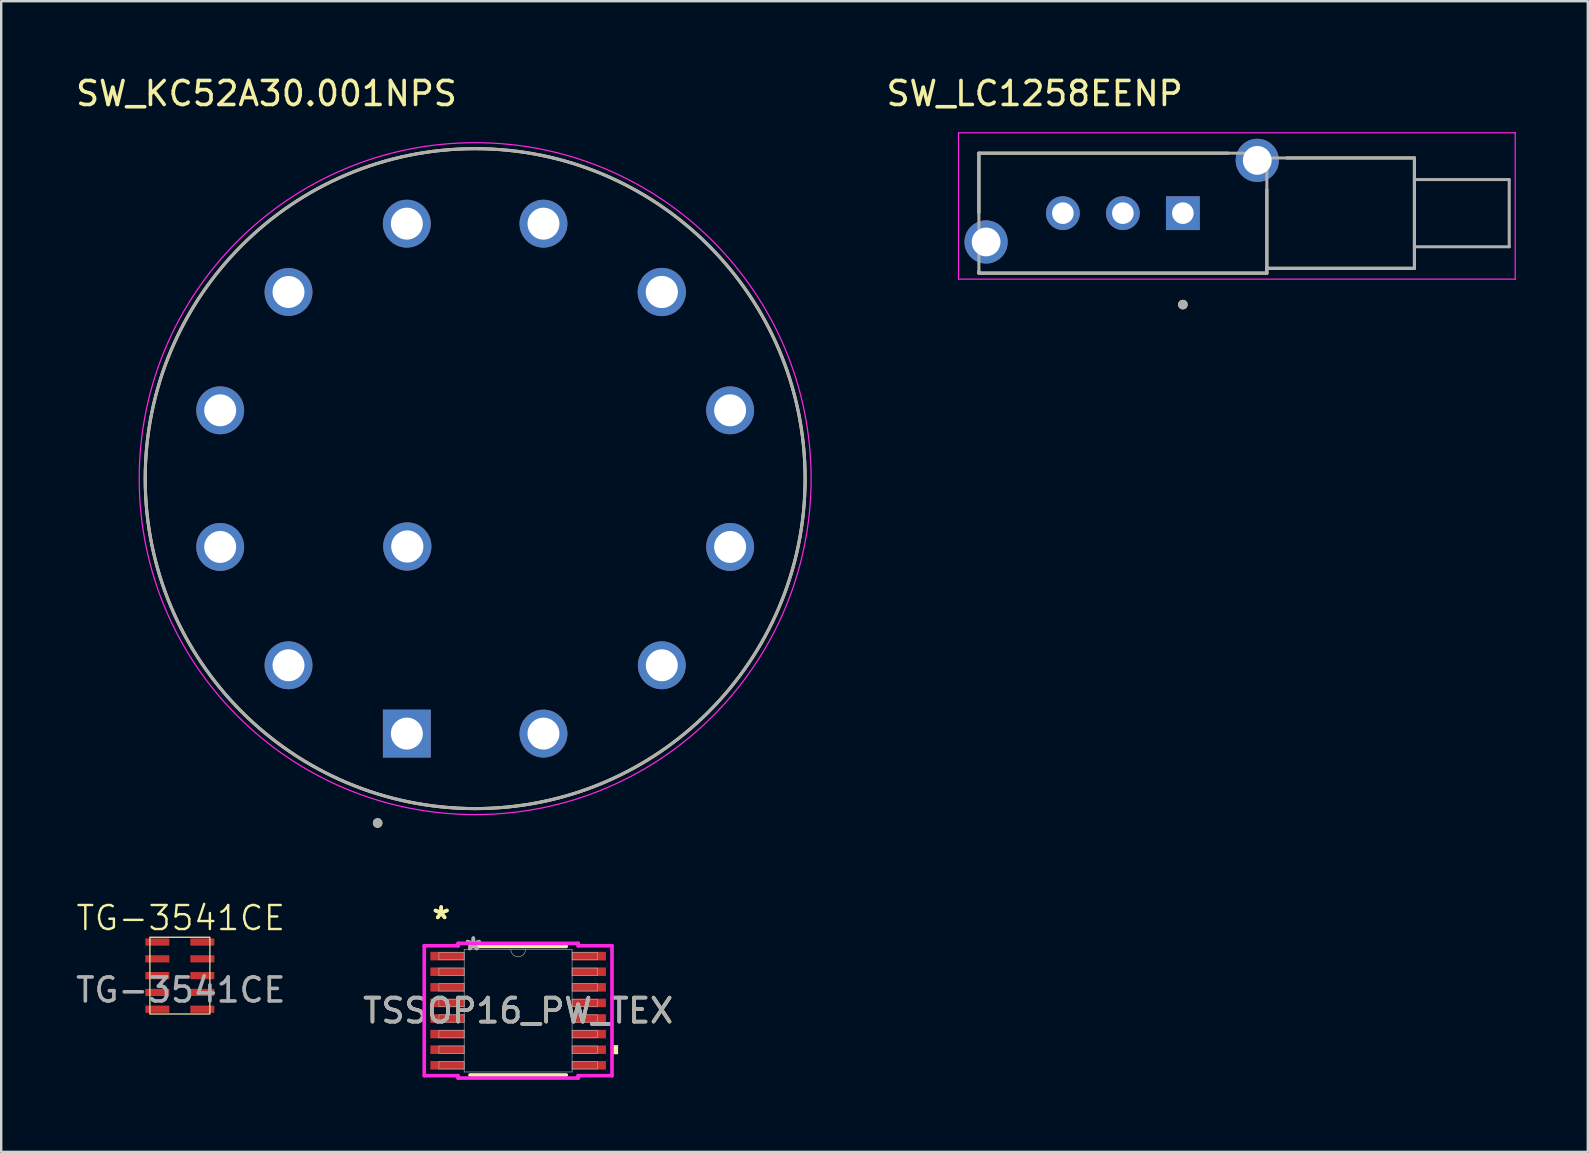
<source format=kicad_pcb>
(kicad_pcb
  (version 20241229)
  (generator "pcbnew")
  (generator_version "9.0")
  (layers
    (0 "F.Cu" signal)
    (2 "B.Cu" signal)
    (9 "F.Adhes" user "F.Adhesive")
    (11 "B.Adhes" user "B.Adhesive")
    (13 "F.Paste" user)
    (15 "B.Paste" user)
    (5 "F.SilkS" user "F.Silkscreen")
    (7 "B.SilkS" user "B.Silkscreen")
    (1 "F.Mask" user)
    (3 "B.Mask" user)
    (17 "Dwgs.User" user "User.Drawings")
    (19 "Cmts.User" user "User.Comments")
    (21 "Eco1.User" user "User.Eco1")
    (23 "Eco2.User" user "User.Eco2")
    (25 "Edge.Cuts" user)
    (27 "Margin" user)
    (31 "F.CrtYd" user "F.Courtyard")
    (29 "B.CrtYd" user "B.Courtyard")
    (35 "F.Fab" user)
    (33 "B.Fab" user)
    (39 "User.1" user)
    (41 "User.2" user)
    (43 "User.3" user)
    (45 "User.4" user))
  (footprint "TSSOP16_PW_TEX"
    (layer "F.Cu")
    (at 18.542 39.069)
    (property "Reference" "TSSOP16_PW_TEX" (at 0 0 0) (unlocked yes) (layer "F.SilkS") (effects (font (size 1 1) (thickness 0.15))))
    (attr smd)
    (fp_line (start -2.005 2.68) (end 2.005 2.68) (stroke (width 0.152) (type solid)) (layer "F.SilkS"))
    (fp_line (start 2.005 -2.68) (end -2.005 -2.68) (stroke (width 0.152) (type solid)) (layer "F.SilkS"))
    (fp_poly (pts (xy 4.166 1.434) (xy 4.166 1.815) (xy 3.912 1.815) (xy 3.912 1.434)) (stroke (width 0) (type solid)) (fill yes) (layer "F.SilkS"))
    (fp_line (start -3.912 -2.707) (end -2.502 -2.707) (stroke (width 0.152) (type solid)) (layer "F.CrtYd"))
    (fp_line (start -3.912 2.707) (end -3.912 -2.707) (stroke (width 0.152) (type solid)) (layer "F.CrtYd"))
    (fp_line (start -3.912 2.707) (end -2.502 2.707) (stroke (width 0.152) (type solid)) (layer "F.CrtYd"))
    (fp_line (start -2.502 -2.807) (end 2.502 -2.807) (stroke (width 0.152) (type solid)) (layer "F.CrtYd"))
    (fp_line (start -2.502 -2.707) (end -2.502 -2.807) (stroke (width 0.152) (type solid)) (layer "F.CrtYd"))
    (fp_line (start -2.502 2.807) (end -2.502 2.707) (stroke (width 0.152) (type solid)) (layer "F.CrtYd"))
    (fp_line (start 2.502 -2.807) (end 2.502 -2.707) (stroke (width 0.152) (type solid)) (layer "F.CrtYd"))
    (fp_line (start 2.502 2.707) (end 2.502 2.807) (stroke (width 0.152) (type solid)) (layer "F.CrtYd"))
    (fp_line (start 2.502 2.807) (end -2.502 2.807) (stroke (width 0.152) (type solid)) (layer "F.CrtYd"))
    (fp_line (start 3.912 -2.707) (end 2.502 -2.707) (stroke (width 0.152) (type solid)) (layer "F.CrtYd"))
    (fp_line (start 3.912 -2.707) (end 3.912 2.707) (stroke (width 0.152) (type solid)) (layer "F.CrtYd"))
    (fp_line (start 3.912 2.707) (end 2.502 2.707) (stroke (width 0.152) (type solid)) (layer "F.CrtYd"))
    (fp_line (start -3.302 -2.427) (end -3.302 -2.123) (stroke (width 0.025) (type solid)) (layer "F.Fab"))
    (fp_line (start -3.302 -2.123) (end -2.248 -2.123) (stroke (width 0.025) (type solid)) (layer "F.Fab"))
    (fp_line (start -3.302 -1.777) (end -3.302 -1.473) (stroke (width 0.025) (type solid)) (layer "F.Fab"))
    (fp_line (start -3.302 -1.473) (end -2.248 -1.473) (stroke (width 0.025) (type solid)) (layer "F.Fab"))
    (fp_line (start -3.302 -1.127) (end -3.302 -0.823) (stroke (width 0.025) (type solid)) (layer "F.Fab"))
    (fp_line (start -3.302 -0.823) (end -2.248 -0.823) (stroke (width 0.025) (type solid)) (layer "F.Fab"))
    (fp_line (start -3.302 -0.477) (end -3.302 -0.173) (stroke (width 0.025) (type solid)) (layer "F.Fab"))
    (fp_line (start -3.302 -0.173) (end -2.248 -0.173) (stroke (width 0.025) (type solid)) (layer "F.Fab"))
    (fp_line (start -3.302 0.173) (end -3.302 0.477) (stroke (width 0.025) (type solid)) (layer "F.Fab"))
    (fp_line (start -3.302 0.477) (end -2.248 0.477) (stroke (width 0.025) (type solid)) (layer "F.Fab"))
    (fp_line (start -3.302 0.823) (end -3.302 1.127) (stroke (width 0.025) (type solid)) (layer "F.Fab"))
    (fp_line (start -3.302 1.127) (end -2.248 1.127) (stroke (width 0.025) (type solid)) (layer "F.Fab"))
    (fp_line (start -3.302 1.473) (end -3.302 1.777) (stroke (width 0.025) (type solid)) (layer "F.Fab"))
    (fp_line (start -3.302 1.777) (end -2.248 1.777) (stroke (width 0.025) (type solid)) (layer "F.Fab"))
    (fp_line (start -3.302 2.123) (end -3.302 2.427) (stroke (width 0.025) (type solid)) (layer "F.Fab"))
    (fp_line (start -3.302 2.427) (end -2.248 2.427) (stroke (width 0.025) (type solid)) (layer "F.Fab"))
    (fp_line (start -2.248 -2.553) (end -2.248 2.553) (stroke (width 0.025) (type solid)) (layer "F.Fab"))
    (fp_line (start -2.248 -2.427) (end -3.302 -2.427) (stroke (width 0.025) (type solid)) (layer "F.Fab"))
    (fp_line (start -2.248 -2.123) (end -2.248 -2.427) (stroke (width 0.025) (type solid)) (layer "F.Fab"))
    (fp_line (start -2.248 -1.777) (end -3.302 -1.777) (stroke (width 0.025) (type solid)) (layer "F.Fab"))
    (fp_line (start -2.248 -1.473) (end -2.248 -1.777) (stroke (width 0.025) (type solid)) (layer "F.Fab"))
    (fp_line (start -2.248 -1.127) (end -3.302 -1.127) (stroke (width 0.025) (type solid)) (layer "F.Fab"))
    (fp_line (start -2.248 -0.823) (end -2.248 -1.127) (stroke (width 0.025) (type solid)) (layer "F.Fab"))
    (fp_line (start -2.248 -0.477) (end -3.302 -0.477) (stroke (width 0.025) (type solid)) (layer "F.Fab"))
    (fp_line (start -2.248 -0.173) (end -2.248 -0.477) (stroke (width 0.025) (type solid)) (layer "F.Fab"))
    (fp_line (start -2.248 0.173) (end -3.302 0.173) (stroke (width 0.025) (type solid)) (layer "F.Fab"))
    (fp_line (start -2.248 0.477) (end -2.248 0.173) (stroke (width 0.025) (type solid)) (layer "F.Fab"))
    (fp_line (start -2.248 0.823) (end -3.302 0.823) (stroke (width 0.025) (type solid)) (layer "F.Fab"))
    (fp_line (start -2.248 1.127) (end -2.248 0.823) (stroke (width 0.025) (type solid)) (layer "F.Fab"))
    (fp_line (start -2.248 1.473) (end -3.302 1.473) (stroke (width 0.025) (type solid)) (layer "F.Fab"))
    (fp_line (start -2.248 1.777) (end -2.248 1.473) (stroke (width 0.025) (type solid)) (layer "F.Fab"))
    (fp_line (start -2.248 2.123) (end -3.302 2.123) (stroke (width 0.025) (type solid)) (layer "F.Fab"))
    (fp_line (start -2.248 2.427) (end -2.248 2.123) (stroke (width 0.025) (type solid)) (layer "F.Fab"))
    (fp_line (start -2.248 2.553) (end 2.248 2.553) (stroke (width 0.025) (type solid)) (layer "F.Fab"))
    (fp_line (start 2.248 -2.553) (end -2.248 -2.553) (stroke (width 0.025) (type solid)) (layer "F.Fab"))
    (fp_line (start 2.248 -2.427) (end 2.248 -2.123) (stroke (width 0.025) (type solid)) (layer "F.Fab"))
    (fp_line (start 2.248 -2.123) (end 3.302 -2.123) (stroke (width 0.025) (type solid)) (layer "F.Fab"))
    (fp_line (start 2.248 -1.777) (end 2.248 -1.473) (stroke (width 0.025) (type solid)) (layer "F.Fab"))
    (fp_line (start 2.248 -1.473) (end 3.302 -1.473) (stroke (width 0.025) (type solid)) (layer "F.Fab"))
    (fp_line (start 2.248 -1.127) (end 2.248 -0.823) (stroke (width 0.025) (type solid)) (layer "F.Fab"))
    (fp_line (start 2.248 -0.823) (end 3.302 -0.823) (stroke (width 0.025) (type solid)) (layer "F.Fab"))
    (fp_line (start 2.248 -0.477) (end 2.248 -0.173) (stroke (width 0.025) (type solid)) (layer "F.Fab"))
    (fp_line (start 2.248 -0.173) (end 3.302 -0.173) (stroke (width 0.025) (type solid)) (layer "F.Fab"))
    (fp_line (start 2.248 0.173) (end 2.248 0.477) (stroke (width 0.025) (type solid)) (layer "F.Fab"))
    (fp_line (start 2.248 0.477) (end 3.302 0.477) (stroke (width 0.025) (type solid)) (layer "F.Fab"))
    (fp_line (start 2.248 0.823) (end 2.248 1.127) (stroke (width 0.025) (type solid)) (layer "F.Fab"))
    (fp_line (start 2.248 1.127) (end 3.302 1.127) (stroke (width 0.025) (type solid)) (layer "F.Fab"))
    (fp_line (start 2.248 1.473) (end 2.248 1.777) (stroke (width 0.025) (type solid)) (layer "F.Fab"))
    (fp_line (start 2.248 1.777) (end 3.302 1.777) (stroke (width 0.025) (type solid)) (layer "F.Fab"))
    (fp_line (start 2.248 2.123) (end 2.248 2.427) (stroke (width 0.025) (type solid)) (layer "F.Fab"))
    (fp_line (start 2.248 2.427) (end 3.302 2.427) (stroke (width 0.025) (type solid)) (layer "F.Fab"))
    (fp_line (start 2.248 2.553) (end 2.248 -2.553) (stroke (width 0.025) (type solid)) (layer "F.Fab"))
    (fp_line (start 3.302 -2.427) (end 2.248 -2.427) (stroke (width 0.025) (type solid)) (layer "F.Fab"))
    (fp_line (start 3.302 -2.123) (end 3.302 -2.427) (stroke (width 0.025) (type solid)) (layer "F.Fab"))
    (fp_line (start 3.302 -1.777) (end 2.248 -1.777) (stroke (width 0.025) (type solid)) (layer "F.Fab"))
    (fp_line (start 3.302 -1.473) (end 3.302 -1.777) (stroke (width 0.025) (type solid)) (layer "F.Fab"))
    (fp_line (start 3.302 -1.127) (end 2.248 -1.127) (stroke (width 0.025) (type solid)) (layer "F.Fab"))
    (fp_line (start 3.302 -0.823) (end 3.302 -1.127) (stroke (width 0.025) (type solid)) (layer "F.Fab"))
    (fp_line (start 3.302 -0.477) (end 2.248 -0.477) (stroke (width 0.025) (type solid)) (layer "F.Fab"))
    (fp_line (start 3.302 -0.173) (end 3.302 -0.477) (stroke (width 0.025) (type solid)) (layer "F.Fab"))
    (fp_line (start 3.302 0.173) (end 2.248 0.173) (stroke (width 0.025) (type solid)) (layer "F.Fab"))
    (fp_line (start 3.302 0.477) (end 3.302 0.173) (stroke (width 0.025) (type solid)) (layer "F.Fab"))
    (fp_line (start 3.302 0.823) (end 2.248 0.823) (stroke (width 0.025) (type solid)) (layer "F.Fab"))
    (fp_line (start 3.302 1.127) (end 3.302 0.823) (stroke (width 0.025) (type solid)) (layer "F.Fab"))
    (fp_line (start 3.302 1.473) (end 2.248 1.473) (stroke (width 0.025) (type solid)) (layer "F.Fab"))
    (fp_line (start 3.302 1.777) (end 3.302 1.473) (stroke (width 0.025) (type solid)) (layer "F.Fab"))
    (fp_line (start 3.302 2.123) (end 2.248 2.123) (stroke (width 0.025) (type solid)) (layer "F.Fab"))
    (fp_line (start 3.302 2.427) (end 3.302 2.123) (stroke (width 0.025) (type solid)) (layer "F.Fab"))
    (fp_arc (start 0.3048 -2.5527) (mid 0 -2.2479) (end -0.3048 -2.5527) (stroke (width 0.0254) (type solid)) (layer "F.Fab"))
    (fp_text user "*" (at -3.207 -3.774 0) (unlocked yes) (layer "F.SilkS") (effects (font (size 1 1) (thickness 0.15))))
    (fp_text user "*" (at -3.207 -3.774 0) (layer "F.SilkS") (effects (font (size 1 1) (thickness 0.15))))
    (fp_text user "*" (at -1.867 -2.477 0) (unlocked yes) (layer "F.Fab") (effects (font (size 1 1) (thickness 0.15))))
    (fp_text user "*" (at -1.867 -2.477 0) (layer "F.Fab") (effects (font (size 1 1) (thickness 0.15))))
    (fp_text user "${REFERENCE}" (at 0 0 0) (unlocked yes) (layer "F.Fab") (effects (font (size 1 1) (thickness 0.15))))
    (pad "1" smd rect (at -2.953 -2.275) (size 1.41 0.356) (layers "F.Cu" "F.Mask" "F.Paste"))
    (pad "2" smd rect (at -2.953 -1.625) (size 1.41 0.356) (layers "F.Cu" "F.Mask" "F.Paste"))
    (pad "3" smd rect (at -2.953 -0.975) (size 1.41 0.356) (layers "F.Cu" "F.Mask" "F.Paste"))
    (pad "4" smd rect (at -2.953 -0.325) (size 1.41 0.356) (layers "F.Cu" "F.Mask" "F.Paste"))
    (pad "5" smd rect (at -2.953 0.325) (size 1.41 0.356) (layers "F.Cu" "F.Mask" "F.Paste"))
    (pad "6" smd rect (at -2.953 0.975) (size 1.41 0.356) (layers "F.Cu" "F.Mask" "F.Paste"))
    (pad "7" smd rect (at -2.953 1.625) (size 1.41 0.356) (layers "F.Cu" "F.Mask" "F.Paste"))
    (pad "8" smd rect (at -2.953 2.275) (size 1.41 0.356) (layers "F.Cu" "F.Mask" "F.Paste"))
    (pad "9" smd rect (at 2.953 2.275) (size 1.41 0.356) (layers "F.Cu" "F.Mask" "F.Paste"))
    (pad "10" smd rect (at 2.953 1.625) (size 1.41 0.356) (layers "F.Cu" "F.Mask" "F.Paste"))
    (pad "11" smd rect (at 2.953 0.975) (size 1.41 0.356) (layers "F.Cu" "F.Mask" "F.Paste"))
    (pad "12" smd rect (at 2.953 0.325) (size 1.41 0.356) (layers "F.Cu" "F.Mask" "F.Paste"))
    (pad "13" smd rect (at 2.953 -0.325) (size 1.41 0.356) (layers "F.Cu" "F.Mask" "F.Paste"))
    (pad "14" smd rect (at 2.953 -0.975) (size 1.41 0.356) (layers "F.Cu" "F.Mask" "F.Paste"))
    (pad "15" smd rect (at 2.953 -1.625) (size 1.41 0.356) (layers "F.Cu" "F.Mask" "F.Paste"))
    (pad "16" smd rect (at 2.953 -2.275) (size 1.41 0.356) (layers "F.Cu" "F.Mask" "F.Paste")))
  (footprint "SW_LC1258EENP"
    (layer "F.Cu")
    (at 43.743 5.833)
    (property "Reference" "SW_LC1258EENP" (at -3.675 -4.985 0) (layer "F.SilkS") (effects (font (size 1 1) (thickness 0.15))))
    (attr through_hole)
    (fp_line (start -6 -2.5) (end 4.38 -2.5) (stroke (width 0.127) (type solid)) (layer "F.SilkS"))
    (fp_line (start -6 -0.02) (end -6 -2.5) (stroke (width 0.127) (type solid)) (layer "F.SilkS"))
    (fp_line (start -6 2.5) (end -6 2.42) (stroke (width 0.127) (type solid)) (layer "F.SilkS"))
    (fp_line (start 6 2.3) (end 6 -0.98) (stroke (width 0.127) (type solid)) (layer "F.SilkS"))
    (fp_line (start 6 2.3) (end 6 2.5) (stroke (width 0.127) (type solid)) (layer "F.SilkS"))
    (fp_line (start 6 2.5) (end -6 2.5) (stroke (width 0.127) (type solid)) (layer "F.SilkS"))
    (fp_line (start 6.82 -2.3) (end 12.15 -2.3) (stroke (width 0.127) (type solid)) (layer "F.SilkS"))
    (fp_line (start 12.15 -2.3) (end 12.15 2.3) (stroke (width 0.127) (type solid)) (layer "F.SilkS"))
    (fp_line (start 12.15 2.3) (end 6 2.3) (stroke (width 0.127) (type solid)) (layer "F.SilkS"))
    (fp_circle (center 2.5 3.81) (end 2.6 3.81) (stroke (width 0.2) (type solid)) (fill no) (layer "F.SilkS"))
    (fp_line (start -6.85 -3.35) (end -6.85 2.75) (stroke (width 0.05) (type solid)) (layer "F.CrtYd"))
    (fp_line (start -6.85 2.75) (end 16.35 2.75) (stroke (width 0.05) (type solid)) (layer "F.CrtYd"))
    (fp_line (start 16.35 -3.35) (end -6.85 -3.35) (stroke (width 0.05) (type solid)) (layer "F.CrtYd"))
    (fp_line (start 16.35 2.75) (end 16.35 -3.35) (stroke (width 0.05) (type solid)) (layer "F.CrtYd"))
    (fp_line (start -6 -2.5) (end 6 -2.5) (stroke (width 0.127) (type solid)) (layer "F.Fab"))
    (fp_line (start -6 2.5) (end -6 -2.5) (stroke (width 0.127) (type solid)) (layer "F.Fab"))
    (fp_line (start 6 -2.5) (end 6 -2.3) (stroke (width 0.127) (type solid)) (layer "F.Fab"))
    (fp_line (start 6 -2.3) (end 6 2.3) (stroke (width 0.127) (type solid)) (layer "F.Fab"))
    (fp_line (start 6 -2.3) (end 12.15 -2.3) (stroke (width 0.127) (type solid)) (layer "F.Fab"))
    (fp_line (start 6 2.3) (end 6 2.5) (stroke (width 0.127) (type solid)) (layer "F.Fab"))
    (fp_line (start 6 2.5) (end -6 2.5) (stroke (width 0.127) (type solid)) (layer "F.Fab"))
    (fp_line (start 12.15 -2.3) (end 12.15 -1.4) (stroke (width 0.127) (type solid)) (layer "F.Fab"))
    (fp_line (start 12.15 -1.4) (end 12.15 1.4) (stroke (width 0.127) (type solid)) (layer "F.Fab"))
    (fp_line (start 12.15 -1.4) (end 16.1 -1.4) (stroke (width 0.127) (type solid)) (layer "F.Fab"))
    (fp_line (start 12.15 1.4) (end 12.15 2.3) (stroke (width 0.127) (type solid)) (layer "F.Fab"))
    (fp_line (start 12.15 2.3) (end 6 2.3) (stroke (width 0.127) (type solid)) (layer "F.Fab"))
    (fp_line (start 16.1 -1.4) (end 16.1 1.4) (stroke (width 0.127) (type solid)) (layer "F.Fab"))
    (fp_line (start 16.1 1.4) (end 12.15 1.4) (stroke (width 0.127) (type solid)) (layer "F.Fab"))
    (fp_circle (center 2.5 3.81) (end 2.6 3.81) (stroke (width 0.2) (type solid)) (fill no) (layer "F.Fab"))
    (pad "1" thru_hole rect (at 2.5 0) (size 1.408 1.408) (drill 0.9) (layers "*.Cu" "*.Mask"))
    (pad "2" thru_hole circle (at 0 0) (size 1.408 1.408) (drill 0.9) (layers "*.Cu" "*.Mask"))
    (pad "3" thru_hole circle (at -2.5 0) (size 1.408 1.408) (drill 0.9) (layers "*.Cu" "*.Mask"))
    (pad "SH1" thru_hole circle (at 5.6 -2.2) (size 1.8 1.8) (drill 1.2) (layers "*.Cu" "*.Mask"))
    (pad "SH2" thru_hole circle (at -5.7 1.2) (size 1.8 1.8) (drill 1.2) (layers "*.Cu" "*.Mask")))
  (footprint "SW_KC52A30.001NPS"
    (layer "F.Cu")
    (at 16.751 16.896)
    (property "Reference" "SW_KC52A30.001NPS" (at -8.698 -16.048 0) (layer "F.SilkS") (effects (font (size 1 1) (thickness 0.15))))
    (attr through_hole)
    (fp_circle (center -4.064 14.351) (end -3.964 14.351) (stroke (width 0.2) (type solid)) (fill no) (layer "F.SilkS"))
    (fp_circle (center 0 0) (end 13.75 0) (stroke (width 0.127) (type solid)) (fill no) (layer "F.SilkS"))
    (fp_circle (center 0 0) (end 14 0) (stroke (width 0.05) (type solid)) (fill no) (layer "F.CrtYd"))
    (fp_circle (center -4.064 14.351) (end -3.964 14.351) (stroke (width 0.2) (type solid)) (fill no) (layer "F.Fab"))
    (fp_circle (center 0 0) (end 13.75 0) (stroke (width 0.127) (type solid)) (fill no) (layer "F.Fab"))
    (pad "1" thru_hole rect (at -2.847 10.625) (size 1.995 1.995) (drill 1.33) (layers "*.Cu" "*.Mask"))
    (pad "2" thru_hole circle (at -7.778 7.778) (size 1.995 1.995) (drill 1.33) (layers "*.Cu" "*.Mask"))
    (pad "3" thru_hole circle (at -10.625 2.847) (size 1.995 1.995) (drill 1.33) (layers "*.Cu" "*.Mask"))
    (pad "4" thru_hole circle (at -10.625 -2.847) (size 1.995 1.995) (drill 1.33) (layers "*.Cu" "*.Mask"))
    (pad "5" thru_hole circle (at -7.778 -7.778) (size 1.995 1.995) (drill 1.33) (layers "*.Cu" "*.Mask"))
    (pad "6" thru_hole circle (at -2.847 -10.625) (size 1.995 1.995) (drill 1.33) (layers "*.Cu" "*.Mask"))
    (pad "7" thru_hole circle (at 2.847 -10.625) (size 1.995 1.995) (drill 1.33) (layers "*.Cu" "*.Mask"))
    (pad "8" thru_hole circle (at 7.778 -7.778) (size 2.01 2.01) (drill 1.34) (layers "*.Cu" "*.Mask"))
    (pad "9" thru_hole circle (at 10.625 -2.847) (size 1.995 1.995) (drill 1.33) (layers "*.Cu" "*.Mask"))
    (pad "10" thru_hole circle (at 10.625 2.847) (size 1.995 1.995) (drill 1.33) (layers "*.Cu" "*.Mask"))
    (pad "11" thru_hole circle (at 7.778 7.778) (size 1.995 1.995) (drill 1.33) (layers "*.Cu" "*.Mask"))
    (pad "12" thru_hole circle (at 2.847 10.625) (size 1.995 1.995) (drill 1.33) (layers "*.Cu" "*.Mask"))
    (pad "A" thru_hole circle (at -2.828 2.828) (size 2.01 2.01) (drill 1.34) (layers "*.Cu" "*.Mask")))
  (footprint "TG-3541CE"
    (layer "F.Cu")
    (at 4.482 35.707)
    (property "Reference" "TG-3541CE" (at 0 -0.5 0) (unlocked yes) (layer "F.SilkS") (effects (font (size 1 1) (thickness 0.1))))
    (attr smd)
    (fp_rect (start -1.285 0.3) (end 1.215 3.5) (stroke (width 0.05) (type default)) (fill no) (layer "F.SilkS"))
    (fp_text user "${REFERENCE}" (at 0 2.5 0) (unlocked yes) (layer "F.Fab") (effects (font (size 1 1) (thickness 0.15))))
    (pad "1" smd rect (at -0.975 0.5) (size 1 0.3) (layers "F.Cu" "F.Mask" "F.Paste"))
    (pad "2" smd rect (at -0.975 1.2) (size 1 0.3) (layers "F.Cu" "F.Mask" "F.Paste"))
    (pad "3" smd rect (at -0.975 1.9) (size 1 0.3) (layers "F.Cu" "F.Mask" "F.Paste"))
    (pad "4" smd rect (at -0.975 2.6) (size 1 0.3) (layers "F.Cu" "F.Mask" "F.Paste"))
    (pad "5" smd rect (at -0.975 3.3) (size 1 0.3) (layers "F.Cu" "F.Mask" "F.Paste"))
    (pad "6" smd rect (at 0.9 3.3) (size 1 0.3) (layers "F.Cu" "F.Mask" "F.Paste"))
    (pad "7" smd rect (at 0.9 2.6) (size 1 0.3) (layers "F.Cu" "F.Mask" "F.Paste"))
    (pad "8" smd rect (at 0.9 1.9) (size 1 0.3) (layers "F.Cu" "F.Mask" "F.Paste"))
    (pad "9" smd rect (at 0.9 1.2) (size 1 0.3) (layers "F.Cu" "F.Mask" "F.Paste"))
    (pad "10" smd rect (at 0.9 0.5) (size 1 0.3) (layers "F.Cu" "F.Mask" "F.Paste")))
  (gr_rect
    (start -3 -3)
    (end 63.118 44.952)
    (stroke (width 0.1) (type default))
    (fill no)
    (layer "Edge.Cuts")))
</source>
